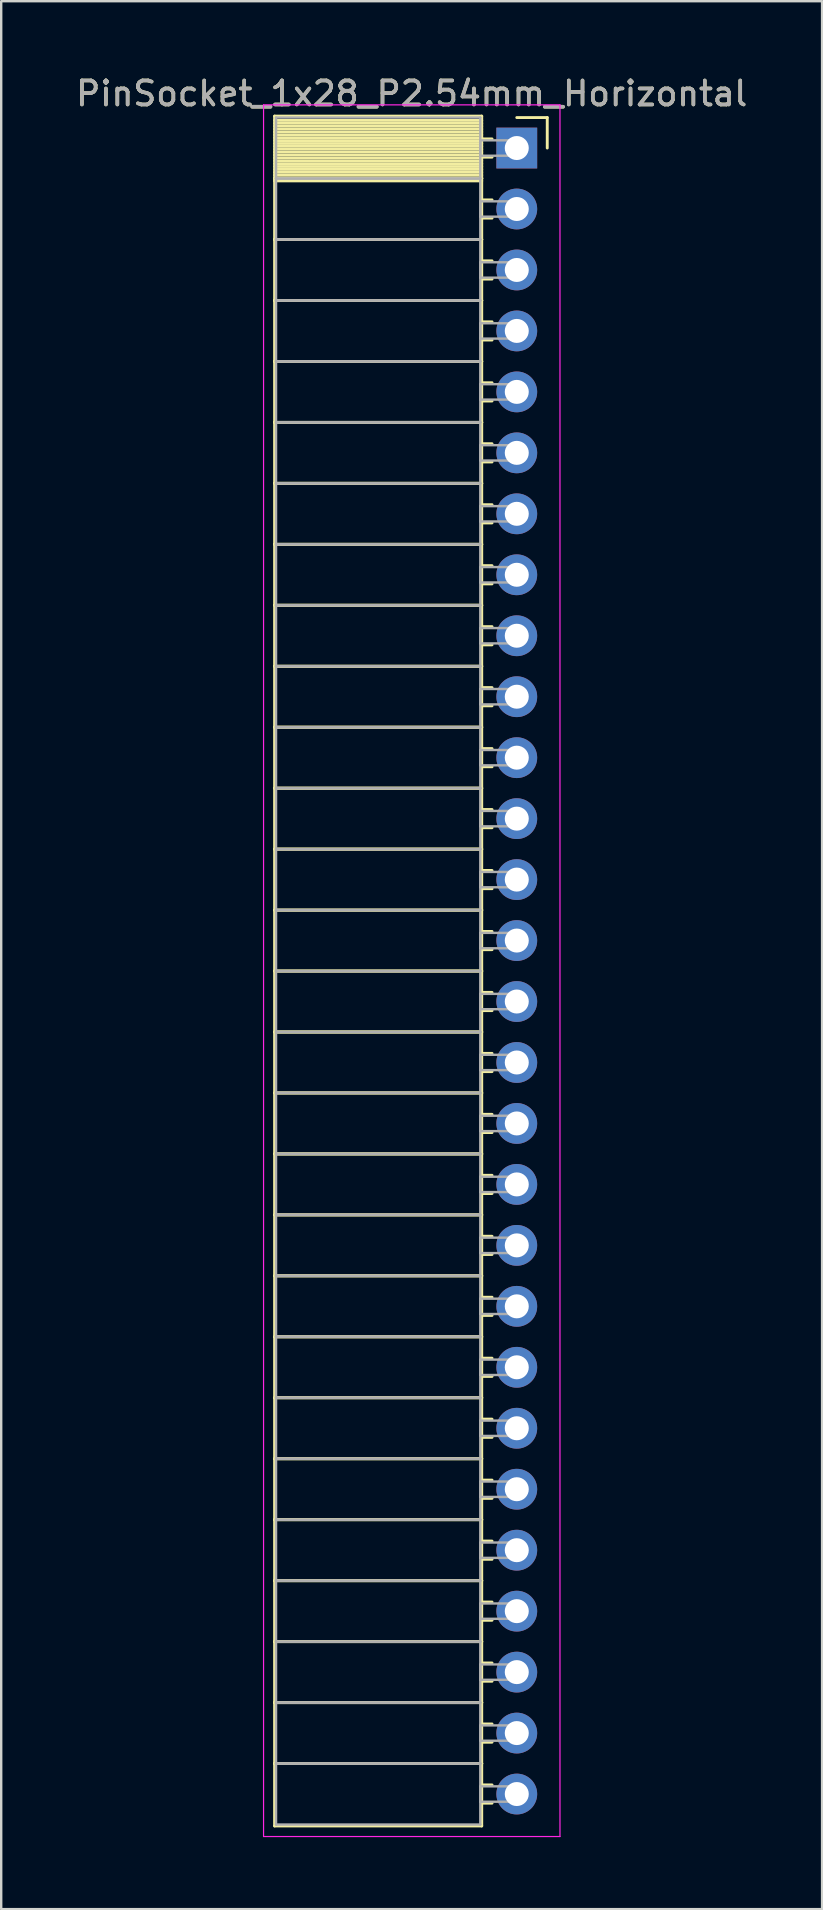
<source format=kicad_pcb>
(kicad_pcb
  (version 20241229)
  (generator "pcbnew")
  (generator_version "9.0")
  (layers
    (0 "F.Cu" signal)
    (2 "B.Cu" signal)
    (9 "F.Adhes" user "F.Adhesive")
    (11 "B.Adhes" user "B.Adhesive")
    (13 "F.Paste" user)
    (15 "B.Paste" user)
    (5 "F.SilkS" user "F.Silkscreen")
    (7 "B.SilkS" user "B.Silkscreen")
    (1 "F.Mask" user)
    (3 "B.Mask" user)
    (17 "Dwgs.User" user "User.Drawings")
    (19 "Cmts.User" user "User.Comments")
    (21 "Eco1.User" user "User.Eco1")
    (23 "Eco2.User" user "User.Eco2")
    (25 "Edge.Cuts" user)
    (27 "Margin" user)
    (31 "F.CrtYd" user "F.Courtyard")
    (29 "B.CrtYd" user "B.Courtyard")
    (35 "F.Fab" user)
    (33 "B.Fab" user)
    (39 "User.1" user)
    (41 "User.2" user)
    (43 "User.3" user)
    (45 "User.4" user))
  (footprint "PinSocket_1x28_P2.54mm_Horizontal"
    (layer "F.Cu")
    (at 18.481 3.118)
    (property "Reference" "PinSocket_1x28_P2.54mm_Horizontal" (at -4.38 -2.27 0) (layer "F.SilkS") (effects (font (size 1 1) (thickness 0.15))))
    (attr through_hole)
    (fp_line (start -10.09 -1.33) (end -1.46 -1.33) (stroke (width 0.12) (type solid)) (layer "F.SilkS"))
    (fp_line (start -10.09 1.27) (end -10.09 -1.33) (stroke (width 0.12) (type solid)) (layer "F.SilkS"))
    (fp_line (start -10.09 1.27) (end -1.46 1.27) (stroke (width 0.12) (type solid)) (layer "F.SilkS"))
    (fp_line (start -10.09 3.81) (end -10.09 1.27) (stroke (width 0.12) (type solid)) (layer "F.SilkS"))
    (fp_line (start -10.09 3.81) (end -1.46 3.81) (stroke (width 0.12) (type solid)) (layer "F.SilkS"))
    (fp_line (start -10.09 6.35) (end -10.09 3.81) (stroke (width 0.12) (type solid)) (layer "F.SilkS"))
    (fp_line (start -10.09 6.35) (end -1.46 6.35) (stroke (width 0.12) (type solid)) (layer "F.SilkS"))
    (fp_line (start -10.09 8.89) (end -10.09 6.35) (stroke (width 0.12) (type solid)) (layer "F.SilkS"))
    (fp_line (start -10.09 8.89) (end -1.46 8.89) (stroke (width 0.12) (type solid)) (layer "F.SilkS"))
    (fp_line (start -10.09 11.43) (end -10.09 8.89) (stroke (width 0.12) (type solid)) (layer "F.SilkS"))
    (fp_line (start -10.09 11.43) (end -1.46 11.43) (stroke (width 0.12) (type solid)) (layer "F.SilkS"))
    (fp_line (start -10.09 13.97) (end -10.09 11.43) (stroke (width 0.12) (type solid)) (layer "F.SilkS"))
    (fp_line (start -10.09 13.97) (end -1.46 13.97) (stroke (width 0.12) (type solid)) (layer "F.SilkS"))
    (fp_line (start -10.09 16.51) (end -10.09 13.97) (stroke (width 0.12) (type solid)) (layer "F.SilkS"))
    (fp_line (start -10.09 16.51) (end -1.46 16.51) (stroke (width 0.12) (type solid)) (layer "F.SilkS"))
    (fp_line (start -10.09 19.05) (end -10.09 16.51) (stroke (width 0.12) (type solid)) (layer "F.SilkS"))
    (fp_line (start -10.09 19.05) (end -1.46 19.05) (stroke (width 0.12) (type solid)) (layer "F.SilkS"))
    (fp_line (start -10.09 21.59) (end -10.09 19.05) (stroke (width 0.12) (type solid)) (layer "F.SilkS"))
    (fp_line (start -10.09 21.59) (end -1.46 21.59) (stroke (width 0.12) (type solid)) (layer "F.SilkS"))
    (fp_line (start -10.09 24.13) (end -10.09 21.59) (stroke (width 0.12) (type solid)) (layer "F.SilkS"))
    (fp_line (start -10.09 24.13) (end -1.46 24.13) (stroke (width 0.12) (type solid)) (layer "F.SilkS"))
    (fp_line (start -10.09 26.67) (end -10.09 24.13) (stroke (width 0.12) (type solid)) (layer "F.SilkS"))
    (fp_line (start -10.09 26.67) (end -1.46 26.67) (stroke (width 0.12) (type solid)) (layer "F.SilkS"))
    (fp_line (start -10.09 29.21) (end -10.09 26.67) (stroke (width 0.12) (type solid)) (layer "F.SilkS"))
    (fp_line (start -10.09 29.21) (end -1.46 29.21) (stroke (width 0.12) (type solid)) (layer "F.SilkS"))
    (fp_line (start -10.09 31.75) (end -10.09 29.21) (stroke (width 0.12) (type solid)) (layer "F.SilkS"))
    (fp_line (start -10.09 31.75) (end -1.46 31.75) (stroke (width 0.12) (type solid)) (layer "F.SilkS"))
    (fp_line (start -10.09 34.29) (end -10.09 31.75) (stroke (width 0.12) (type solid)) (layer "F.SilkS"))
    (fp_line (start -10.09 34.29) (end -1.46 34.29) (stroke (width 0.12) (type solid)) (layer "F.SilkS"))
    (fp_line (start -10.09 36.83) (end -10.09 34.29) (stroke (width 0.12) (type solid)) (layer "F.SilkS"))
    (fp_line (start -10.09 36.83) (end -1.46 36.83) (stroke (width 0.12) (type solid)) (layer "F.SilkS"))
    (fp_line (start -10.09 39.37) (end -10.09 36.83) (stroke (width 0.12) (type solid)) (layer "F.SilkS"))
    (fp_line (start -10.09 39.37) (end -1.46 39.37) (stroke (width 0.12) (type solid)) (layer "F.SilkS"))
    (fp_line (start -10.09 41.91) (end -10.09 39.37) (stroke (width 0.12) (type solid)) (layer "F.SilkS"))
    (fp_line (start -10.09 41.91) (end -1.46 41.91) (stroke (width 0.12) (type solid)) (layer "F.SilkS"))
    (fp_line (start -10.09 44.45) (end -10.09 41.91) (stroke (width 0.12) (type solid)) (layer "F.SilkS"))
    (fp_line (start -10.09 44.45) (end -1.46 44.45) (stroke (width 0.12) (type solid)) (layer "F.SilkS"))
    (fp_line (start -10.09 46.99) (end -10.09 44.45) (stroke (width 0.12) (type solid)) (layer "F.SilkS"))
    (fp_line (start -10.09 46.99) (end -1.46 46.99) (stroke (width 0.12) (type solid)) (layer "F.SilkS"))
    (fp_line (start -10.09 49.53) (end -10.09 46.99) (stroke (width 0.12) (type solid)) (layer "F.SilkS"))
    (fp_line (start -10.09 49.53) (end -1.46 49.53) (stroke (width 0.12) (type solid)) (layer "F.SilkS"))
    (fp_line (start -10.09 52.07) (end -10.09 49.53) (stroke (width 0.12) (type solid)) (layer "F.SilkS"))
    (fp_line (start -10.09 52.07) (end -1.46 52.07) (stroke (width 0.12) (type solid)) (layer "F.SilkS"))
    (fp_line (start -10.09 54.61) (end -10.09 52.07) (stroke (width 0.12) (type solid)) (layer "F.SilkS"))
    (fp_line (start -10.09 54.61) (end -1.46 54.61) (stroke (width 0.12) (type solid)) (layer "F.SilkS"))
    (fp_line (start -10.09 57.15) (end -10.09 54.61) (stroke (width 0.12) (type solid)) (layer "F.SilkS"))
    (fp_line (start -10.09 57.15) (end -1.46 57.15) (stroke (width 0.12) (type solid)) (layer "F.SilkS"))
    (fp_line (start -10.09 59.69) (end -10.09 57.15) (stroke (width 0.12) (type solid)) (layer "F.SilkS"))
    (fp_line (start -10.09 59.69) (end -1.46 59.69) (stroke (width 0.12) (type solid)) (layer "F.SilkS"))
    (fp_line (start -10.09 62.23) (end -10.09 59.69) (stroke (width 0.12) (type solid)) (layer "F.SilkS"))
    (fp_line (start -10.09 62.23) (end -1.46 62.23) (stroke (width 0.12) (type solid)) (layer "F.SilkS"))
    (fp_line (start -10.09 64.77) (end -10.09 62.23) (stroke (width 0.12) (type solid)) (layer "F.SilkS"))
    (fp_line (start -10.09 64.77) (end -1.46 64.77) (stroke (width 0.12) (type solid)) (layer "F.SilkS"))
    (fp_line (start -10.09 67.31) (end -10.09 64.77) (stroke (width 0.12) (type solid)) (layer "F.SilkS"))
    (fp_line (start -10.09 67.31) (end -1.46 67.31) (stroke (width 0.12) (type solid)) (layer "F.SilkS"))
    (fp_line (start -10.09 69.91) (end -10.09 67.31) (stroke (width 0.12) (type solid)) (layer "F.SilkS"))
    (fp_line (start -1.46 -1.33) (end -1.46 1.27) (stroke (width 0.12) (type solid)) (layer "F.SilkS"))
    (fp_line (start -1.46 -1.15) (end -10.09 -1.15) (stroke (width 0.12) (type solid)) (layer "F.SilkS"))
    (fp_line (start -1.46 -1.03) (end -10.09 -1.03) (stroke (width 0.12) (type solid)) (layer "F.SilkS"))
    (fp_line (start -1.46 -0.91) (end -10.09 -0.91) (stroke (width 0.12) (type solid)) (layer "F.SilkS"))
    (fp_line (start -1.46 -0.79) (end -10.09 -0.79) (stroke (width 0.12) (type solid)) (layer "F.SilkS"))
    (fp_line (start -1.46 -0.67) (end -10.09 -0.67) (stroke (width 0.12) (type solid)) (layer "F.SilkS"))
    (fp_line (start -1.46 -0.55) (end -10.09 -0.55) (stroke (width 0.12) (type solid)) (layer "F.SilkS"))
    (fp_line (start -1.46 -0.43) (end -10.09 -0.43) (stroke (width 0.12) (type solid)) (layer "F.SilkS"))
    (fp_line (start -1.46 -0.31) (end -10.09 -0.31) (stroke (width 0.12) (type solid)) (layer "F.SilkS"))
    (fp_line (start -1.46 -0.19) (end -10.09 -0.19) (stroke (width 0.12) (type solid)) (layer "F.SilkS"))
    (fp_line (start -1.46 -0.07) (end -10.09 -0.07) (stroke (width 0.12) (type solid)) (layer "F.SilkS"))
    (fp_line (start -1.46 0.05) (end -10.09 0.05) (stroke (width 0.12) (type solid)) (layer "F.SilkS"))
    (fp_line (start -1.46 0.17) (end -10.09 0.17) (stroke (width 0.12) (type solid)) (layer "F.SilkS"))
    (fp_line (start -1.46 0.29) (end -10.09 0.29) (stroke (width 0.12) (type solid)) (layer "F.SilkS"))
    (fp_line (start -1.46 0.41) (end -10.09 0.41) (stroke (width 0.12) (type solid)) (layer "F.SilkS"))
    (fp_line (start -1.46 0.53) (end -10.09 0.53) (stroke (width 0.12) (type solid)) (layer "F.SilkS"))
    (fp_line (start -1.46 0.65) (end -10.09 0.65) (stroke (width 0.12) (type solid)) (layer "F.SilkS"))
    (fp_line (start -1.46 0.77) (end -10.09 0.77) (stroke (width 0.12) (type solid)) (layer "F.SilkS"))
    (fp_line (start -1.46 0.89) (end -10.09 0.89) (stroke (width 0.12) (type solid)) (layer "F.SilkS"))
    (fp_line (start -1.46 1.01) (end -10.09 1.01) (stroke (width 0.12) (type solid)) (layer "F.SilkS"))
    (fp_line (start -1.46 1.13) (end -10.09 1.13) (stroke (width 0.12) (type solid)) (layer "F.SilkS"))
    (fp_line (start -1.46 1.25) (end -10.09 1.25) (stroke (width 0.12) (type solid)) (layer "F.SilkS"))
    (fp_line (start -1.46 1.27) (end -10.09 1.27) (stroke (width 0.12) (type solid)) (layer "F.SilkS"))
    (fp_line (start -1.46 1.27) (end -1.46 3.81) (stroke (width 0.12) (type solid)) (layer "F.SilkS"))
    (fp_line (start -1.46 1.37) (end -10.09 1.37) (stroke (width 0.12) (type solid)) (layer "F.SilkS"))
    (fp_line (start -1.46 3.81) (end -10.09 3.81) (stroke (width 0.12) (type solid)) (layer "F.SilkS"))
    (fp_line (start -1.46 3.81) (end -1.46 6.35) (stroke (width 0.12) (type solid)) (layer "F.SilkS"))
    (fp_line (start -1.46 6.35) (end -10.09 6.35) (stroke (width 0.12) (type solid)) (layer "F.SilkS"))
    (fp_line (start -1.46 6.35) (end -1.46 8.89) (stroke (width 0.12) (type solid)) (layer "F.SilkS"))
    (fp_line (start -1.46 8.89) (end -10.09 8.89) (stroke (width 0.12) (type solid)) (layer "F.SilkS"))
    (fp_line (start -1.46 8.89) (end -1.46 11.43) (stroke (width 0.12) (type solid)) (layer "F.SilkS"))
    (fp_line (start -1.46 11.43) (end -10.09 11.43) (stroke (width 0.12) (type solid)) (layer "F.SilkS"))
    (fp_line (start -1.46 11.43) (end -1.46 13.97) (stroke (width 0.12) (type solid)) (layer "F.SilkS"))
    (fp_line (start -1.46 13.97) (end -10.09 13.97) (stroke (width 0.12) (type solid)) (layer "F.SilkS"))
    (fp_line (start -1.46 13.97) (end -1.46 16.51) (stroke (width 0.12) (type solid)) (layer "F.SilkS"))
    (fp_line (start -1.46 16.51) (end -10.09 16.51) (stroke (width 0.12) (type solid)) (layer "F.SilkS"))
    (fp_line (start -1.46 16.51) (end -1.46 19.05) (stroke (width 0.12) (type solid)) (layer "F.SilkS"))
    (fp_line (start -1.46 19.05) (end -10.09 19.05) (stroke (width 0.12) (type solid)) (layer "F.SilkS"))
    (fp_line (start -1.46 19.05) (end -1.46 21.59) (stroke (width 0.12) (type solid)) (layer "F.SilkS"))
    (fp_line (start -1.46 21.59) (end -10.09 21.59) (stroke (width 0.12) (type solid)) (layer "F.SilkS"))
    (fp_line (start -1.46 21.59) (end -1.46 24.13) (stroke (width 0.12) (type solid)) (layer "F.SilkS"))
    (fp_line (start -1.46 24.13) (end -10.09 24.13) (stroke (width 0.12) (type solid)) (layer "F.SilkS"))
    (fp_line (start -1.46 24.13) (end -1.46 26.67) (stroke (width 0.12) (type solid)) (layer "F.SilkS"))
    (fp_line (start -1.46 26.67) (end -10.09 26.67) (stroke (width 0.12) (type solid)) (layer "F.SilkS"))
    (fp_line (start -1.46 26.67) (end -1.46 29.21) (stroke (width 0.12) (type solid)) (layer "F.SilkS"))
    (fp_line (start -1.46 29.21) (end -10.09 29.21) (stroke (width 0.12) (type solid)) (layer "F.SilkS"))
    (fp_line (start -1.46 29.21) (end -1.46 31.75) (stroke (width 0.12) (type solid)) (layer "F.SilkS"))
    (fp_line (start -1.46 31.75) (end -10.09 31.75) (stroke (width 0.12) (type solid)) (layer "F.SilkS"))
    (fp_line (start -1.46 31.75) (end -1.46 34.29) (stroke (width 0.12) (type solid)) (layer "F.SilkS"))
    (fp_line (start -1.46 34.29) (end -10.09 34.29) (stroke (width 0.12) (type solid)) (layer "F.SilkS"))
    (fp_line (start -1.46 34.29) (end -1.46 36.83) (stroke (width 0.12) (type solid)) (layer "F.SilkS"))
    (fp_line (start -1.46 36.83) (end -10.09 36.83) (stroke (width 0.12) (type solid)) (layer "F.SilkS"))
    (fp_line (start -1.46 36.83) (end -1.46 39.37) (stroke (width 0.12) (type solid)) (layer "F.SilkS"))
    (fp_line (start -1.46 39.37) (end -10.09 39.37) (stroke (width 0.12) (type solid)) (layer "F.SilkS"))
    (fp_line (start -1.46 39.37) (end -1.46 41.91) (stroke (width 0.12) (type solid)) (layer "F.SilkS"))
    (fp_line (start -1.46 41.91) (end -10.09 41.91) (stroke (width 0.12) (type solid)) (layer "F.SilkS"))
    (fp_line (start -1.46 41.91) (end -1.46 44.45) (stroke (width 0.12) (type solid)) (layer "F.SilkS"))
    (fp_line (start -1.46 44.45) (end -10.09 44.45) (stroke (width 0.12) (type solid)) (layer "F.SilkS"))
    (fp_line (start -1.46 44.45) (end -1.46 46.99) (stroke (width 0.12) (type solid)) (layer "F.SilkS"))
    (fp_line (start -1.46 46.99) (end -10.09 46.99) (stroke (width 0.12) (type solid)) (layer "F.SilkS"))
    (fp_line (start -1.46 46.99) (end -1.46 49.53) (stroke (width 0.12) (type solid)) (layer "F.SilkS"))
    (fp_line (start -1.46 49.53) (end -10.09 49.53) (stroke (width 0.12) (type solid)) (layer "F.SilkS"))
    (fp_line (start -1.46 49.53) (end -1.46 52.07) (stroke (width 0.12) (type solid)) (layer "F.SilkS"))
    (fp_line (start -1.46 52.07) (end -10.09 52.07) (stroke (width 0.12) (type solid)) (layer "F.SilkS"))
    (fp_line (start -1.46 52.07) (end -1.46 54.61) (stroke (width 0.12) (type solid)) (layer "F.SilkS"))
    (fp_line (start -1.46 54.61) (end -10.09 54.61) (stroke (width 0.12) (type solid)) (layer "F.SilkS"))
    (fp_line (start -1.46 54.61) (end -1.46 57.15) (stroke (width 0.12) (type solid)) (layer "F.SilkS"))
    (fp_line (start -1.46 57.15) (end -10.09 57.15) (stroke (width 0.12) (type solid)) (layer "F.SilkS"))
    (fp_line (start -1.46 57.15) (end -1.46 59.69) (stroke (width 0.12) (type solid)) (layer "F.SilkS"))
    (fp_line (start -1.46 59.69) (end -10.09 59.69) (stroke (width 0.12) (type solid)) (layer "F.SilkS"))
    (fp_line (start -1.46 59.69) (end -1.46 62.23) (stroke (width 0.12) (type solid)) (layer "F.SilkS"))
    (fp_line (start -1.46 62.23) (end -10.09 62.23) (stroke (width 0.12) (type solid)) (layer "F.SilkS"))
    (fp_line (start -1.46 62.23) (end -1.46 64.77) (stroke (width 0.12) (type solid)) (layer "F.SilkS"))
    (fp_line (start -1.46 64.77) (end -10.09 64.77) (stroke (width 0.12) (type solid)) (layer "F.SilkS"))
    (fp_line (start -1.46 64.77) (end -1.46 67.31) (stroke (width 0.12) (type solid)) (layer "F.SilkS"))
    (fp_line (start -1.46 67.31) (end -10.09 67.31) (stroke (width 0.12) (type solid)) (layer "F.SilkS"))
    (fp_line (start -1.46 67.31) (end -1.46 69.91) (stroke (width 0.12) (type solid)) (layer "F.SilkS"))
    (fp_line (start -1.46 69.91) (end -10.09 69.91) (stroke (width 0.12) (type solid)) (layer "F.SilkS"))
    (fp_line (start -1.03 -0.38) (end -1.46 -0.38) (stroke (width 0.12) (type solid)) (layer "F.SilkS"))
    (fp_line (start -1.03 0.38) (end -1.46 0.38) (stroke (width 0.12) (type solid)) (layer "F.SilkS"))
    (fp_line (start -1.03 2.16) (end -1.46 2.16) (stroke (width 0.12) (type solid)) (layer "F.SilkS"))
    (fp_line (start -1.03 2.92) (end -1.46 2.92) (stroke (width 0.12) (type solid)) (layer "F.SilkS"))
    (fp_line (start -1.03 4.7) (end -1.46 4.7) (stroke (width 0.12) (type solid)) (layer "F.SilkS"))
    (fp_line (start -1.03 5.46) (end -1.46 5.46) (stroke (width 0.12) (type solid)) (layer "F.SilkS"))
    (fp_line (start -1.03 7.24) (end -1.46 7.24) (stroke (width 0.12) (type solid)) (layer "F.SilkS"))
    (fp_line (start -1.03 8) (end -1.46 8) (stroke (width 0.12) (type solid)) (layer "F.SilkS"))
    (fp_line (start -1.03 9.78) (end -1.46 9.78) (stroke (width 0.12) (type solid)) (layer "F.SilkS"))
    (fp_line (start -1.03 10.54) (end -1.46 10.54) (stroke (width 0.12) (type solid)) (layer "F.SilkS"))
    (fp_line (start -1.03 12.32) (end -1.46 12.32) (stroke (width 0.12) (type solid)) (layer "F.SilkS"))
    (fp_line (start -1.03 13.08) (end -1.46 13.08) (stroke (width 0.12) (type solid)) (layer "F.SilkS"))
    (fp_line (start -1.03 14.86) (end -1.46 14.86) (stroke (width 0.12) (type solid)) (layer "F.SilkS"))
    (fp_line (start -1.03 15.62) (end -1.46 15.62) (stroke (width 0.12) (type solid)) (layer "F.SilkS"))
    (fp_line (start -1.03 17.4) (end -1.46 17.4) (stroke (width 0.12) (type solid)) (layer "F.SilkS"))
    (fp_line (start -1.03 18.16) (end -1.46 18.16) (stroke (width 0.12) (type solid)) (layer "F.SilkS"))
    (fp_line (start -1.03 19.94) (end -1.46 19.94) (stroke (width 0.12) (type solid)) (layer "F.SilkS"))
    (fp_line (start -1.03 20.7) (end -1.46 20.7) (stroke (width 0.12) (type solid)) (layer "F.SilkS"))
    (fp_line (start -1.03 22.48) (end -1.46 22.48) (stroke (width 0.12) (type solid)) (layer "F.SilkS"))
    (fp_line (start -1.03 23.24) (end -1.46 23.24) (stroke (width 0.12) (type solid)) (layer "F.SilkS"))
    (fp_line (start -1.03 25.02) (end -1.46 25.02) (stroke (width 0.12) (type solid)) (layer "F.SilkS"))
    (fp_line (start -1.03 25.78) (end -1.46 25.78) (stroke (width 0.12) (type solid)) (layer "F.SilkS"))
    (fp_line (start -1.03 27.56) (end -1.46 27.56) (stroke (width 0.12) (type solid)) (layer "F.SilkS"))
    (fp_line (start -1.03 28.32) (end -1.46 28.32) (stroke (width 0.12) (type solid)) (layer "F.SilkS"))
    (fp_line (start -1.03 30.1) (end -1.46 30.1) (stroke (width 0.12) (type solid)) (layer "F.SilkS"))
    (fp_line (start -1.03 30.86) (end -1.46 30.86) (stroke (width 0.12) (type solid)) (layer "F.SilkS"))
    (fp_line (start -1.03 32.64) (end -1.46 32.64) (stroke (width 0.12) (type solid)) (layer "F.SilkS"))
    (fp_line (start -1.03 33.4) (end -1.46 33.4) (stroke (width 0.12) (type solid)) (layer "F.SilkS"))
    (fp_line (start -1.03 35.18) (end -1.46 35.18) (stroke (width 0.12) (type solid)) (layer "F.SilkS"))
    (fp_line (start -1.03 35.94) (end -1.46 35.94) (stroke (width 0.12) (type solid)) (layer "F.SilkS"))
    (fp_line (start -1.03 37.72) (end -1.46 37.72) (stroke (width 0.12) (type solid)) (layer "F.SilkS"))
    (fp_line (start -1.03 38.48) (end -1.46 38.48) (stroke (width 0.12) (type solid)) (layer "F.SilkS"))
    (fp_line (start -1.03 40.26) (end -1.46 40.26) (stroke (width 0.12) (type solid)) (layer "F.SilkS"))
    (fp_line (start -1.03 41.02) (end -1.46 41.02) (stroke (width 0.12) (type solid)) (layer "F.SilkS"))
    (fp_line (start -1.03 42.8) (end -1.46 42.8) (stroke (width 0.12) (type solid)) (layer "F.SilkS"))
    (fp_line (start -1.03 43.56) (end -1.46 43.56) (stroke (width 0.12) (type solid)) (layer "F.SilkS"))
    (fp_line (start -1.03 45.34) (end -1.46 45.34) (stroke (width 0.12) (type solid)) (layer "F.SilkS"))
    (fp_line (start -1.03 46.1) (end -1.46 46.1) (stroke (width 0.12) (type solid)) (layer "F.SilkS"))
    (fp_line (start -1.03 47.88) (end -1.46 47.88) (stroke (width 0.12) (type solid)) (layer "F.SilkS"))
    (fp_line (start -1.03 48.64) (end -1.46 48.64) (stroke (width 0.12) (type solid)) (layer "F.SilkS"))
    (fp_line (start -1.03 50.42) (end -1.46 50.42) (stroke (width 0.12) (type solid)) (layer "F.SilkS"))
    (fp_line (start -1.03 51.18) (end -1.46 51.18) (stroke (width 0.12) (type solid)) (layer "F.SilkS"))
    (fp_line (start -1.03 52.96) (end -1.46 52.96) (stroke (width 0.12) (type solid)) (layer "F.SilkS"))
    (fp_line (start -1.03 53.72) (end -1.46 53.72) (stroke (width 0.12) (type solid)) (layer "F.SilkS"))
    (fp_line (start -1.03 55.5) (end -1.46 55.5) (stroke (width 0.12) (type solid)) (layer "F.SilkS"))
    (fp_line (start -1.03 56.26) (end -1.46 56.26) (stroke (width 0.12) (type solid)) (layer "F.SilkS"))
    (fp_line (start -1.03 58.04) (end -1.46 58.04) (stroke (width 0.12) (type solid)) (layer "F.SilkS"))
    (fp_line (start -1.03 58.8) (end -1.46 58.8) (stroke (width 0.12) (type solid)) (layer "F.SilkS"))
    (fp_line (start -1.03 60.58) (end -1.46 60.58) (stroke (width 0.12) (type solid)) (layer "F.SilkS"))
    (fp_line (start -1.03 61.34) (end -1.46 61.34) (stroke (width 0.12) (type solid)) (layer "F.SilkS"))
    (fp_line (start -1.03 63.12) (end -1.46 63.12) (stroke (width 0.12) (type solid)) (layer "F.SilkS"))
    (fp_line (start -1.03 63.88) (end -1.46 63.88) (stroke (width 0.12) (type solid)) (layer "F.SilkS"))
    (fp_line (start -1.03 65.66) (end -1.46 65.66) (stroke (width 0.12) (type solid)) (layer "F.SilkS"))
    (fp_line (start -1.03 66.42) (end -1.46 66.42) (stroke (width 0.12) (type solid)) (layer "F.SilkS"))
    (fp_line (start -1.03 68.2) (end -1.46 68.2) (stroke (width 0.12) (type solid)) (layer "F.SilkS"))
    (fp_line (start -1.03 68.96) (end -1.46 68.96) (stroke (width 0.12) (type solid)) (layer "F.SilkS"))
    (fp_line (start 0 -1.27) (end 1.27 -1.27) (stroke (width 0.12) (type solid)) (layer "F.SilkS"))
    (fp_line (start 1.27 -1.27) (end 1.27 0) (stroke (width 0.12) (type solid)) (layer "F.SilkS"))
    (fp_line (start -10.55 -1.8) (end 1.8 -1.8) (stroke (width 0.05) (type solid)) (layer "F.CrtYd"))
    (fp_line (start -10.55 70.35) (end -10.55 -1.8) (stroke (width 0.05) (type solid)) (layer "F.CrtYd"))
    (fp_line (start 1.8 -1.8) (end 1.8 70.35) (stroke (width 0.05) (type solid)) (layer "F.CrtYd"))
    (fp_line (start 1.8 70.35) (end -10.55 70.35) (stroke (width 0.05) (type solid)) (layer "F.CrtYd"))
    (fp_line (start -10.03 -1.27) (end -1.52 -1.27) (stroke (width 0.1) (type solid)) (layer "F.Fab"))
    (fp_line (start -10.03 1.27) (end -10.03 -1.27) (stroke (width 0.1) (type solid)) (layer "F.Fab"))
    (fp_line (start -10.03 1.27) (end -1.52 1.27) (stroke (width 0.1) (type solid)) (layer "F.Fab"))
    (fp_line (start -10.03 3.81) (end -10.03 1.27) (stroke (width 0.1) (type solid)) (layer "F.Fab"))
    (fp_line (start -10.03 3.81) (end -1.52 3.81) (stroke (width 0.1) (type solid)) (layer "F.Fab"))
    (fp_line (start -10.03 6.35) (end -10.03 3.81) (stroke (width 0.1) (type solid)) (layer "F.Fab"))
    (fp_line (start -10.03 6.35) (end -1.52 6.35) (stroke (width 0.1) (type solid)) (layer "F.Fab"))
    (fp_line (start -10.03 8.89) (end -10.03 6.35) (stroke (width 0.1) (type solid)) (layer "F.Fab"))
    (fp_line (start -10.03 8.89) (end -1.52 8.89) (stroke (width 0.1) (type solid)) (layer "F.Fab"))
    (fp_line (start -10.03 11.43) (end -10.03 8.89) (stroke (width 0.1) (type solid)) (layer "F.Fab"))
    (fp_line (start -10.03 11.43) (end -1.52 11.43) (stroke (width 0.1) (type solid)) (layer "F.Fab"))
    (fp_line (start -10.03 13.97) (end -10.03 11.43) (stroke (width 0.1) (type solid)) (layer "F.Fab"))
    (fp_line (start -10.03 13.97) (end -1.52 13.97) (stroke (width 0.1) (type solid)) (layer "F.Fab"))
    (fp_line (start -10.03 16.51) (end -10.03 13.97) (stroke (width 0.1) (type solid)) (layer "F.Fab"))
    (fp_line (start -10.03 16.51) (end -1.52 16.51) (stroke (width 0.1) (type solid)) (layer "F.Fab"))
    (fp_line (start -10.03 19.05) (end -10.03 16.51) (stroke (width 0.1) (type solid)) (layer "F.Fab"))
    (fp_line (start -10.03 19.05) (end -1.52 19.05) (stroke (width 0.1) (type solid)) (layer "F.Fab"))
    (fp_line (start -10.03 21.59) (end -10.03 19.05) (stroke (width 0.1) (type solid)) (layer "F.Fab"))
    (fp_line (start -10.03 21.59) (end -1.52 21.59) (stroke (width 0.1) (type solid)) (layer "F.Fab"))
    (fp_line (start -10.03 24.13) (end -10.03 21.59) (stroke (width 0.1) (type solid)) (layer "F.Fab"))
    (fp_line (start -10.03 24.13) (end -1.52 24.13) (stroke (width 0.1) (type solid)) (layer "F.Fab"))
    (fp_line (start -10.03 26.67) (end -10.03 24.13) (stroke (width 0.1) (type solid)) (layer "F.Fab"))
    (fp_line (start -10.03 26.67) (end -1.52 26.67) (stroke (width 0.1) (type solid)) (layer "F.Fab"))
    (fp_line (start -10.03 29.21) (end -10.03 26.67) (stroke (width 0.1) (type solid)) (layer "F.Fab"))
    (fp_line (start -10.03 29.21) (end -1.52 29.21) (stroke (width 0.1) (type solid)) (layer "F.Fab"))
    (fp_line (start -10.03 31.75) (end -10.03 29.21) (stroke (width 0.1) (type solid)) (layer "F.Fab"))
    (fp_line (start -10.03 31.75) (end -1.52 31.75) (stroke (width 0.1) (type solid)) (layer "F.Fab"))
    (fp_line (start -10.03 34.29) (end -10.03 31.75) (stroke (width 0.1) (type solid)) (layer "F.Fab"))
    (fp_line (start -10.03 34.29) (end -1.52 34.29) (stroke (width 0.1) (type solid)) (layer "F.Fab"))
    (fp_line (start -10.03 36.83) (end -10.03 34.29) (stroke (width 0.1) (type solid)) (layer "F.Fab"))
    (fp_line (start -10.03 36.83) (end -1.52 36.83) (stroke (width 0.1) (type solid)) (layer "F.Fab"))
    (fp_line (start -10.03 39.37) (end -10.03 36.83) (stroke (width 0.1) (type solid)) (layer "F.Fab"))
    (fp_line (start -10.03 39.37) (end -1.52 39.37) (stroke (width 0.1) (type solid)) (layer "F.Fab"))
    (fp_line (start -10.03 41.91) (end -10.03 39.37) (stroke (width 0.1) (type solid)) (layer "F.Fab"))
    (fp_line (start -10.03 41.91) (end -1.52 41.91) (stroke (width 0.1) (type solid)) (layer "F.Fab"))
    (fp_line (start -10.03 44.45) (end -10.03 41.91) (stroke (width 0.1) (type solid)) (layer "F.Fab"))
    (fp_line (start -10.03 44.45) (end -1.52 44.45) (stroke (width 0.1) (type solid)) (layer "F.Fab"))
    (fp_line (start -10.03 46.99) (end -10.03 44.45) (stroke (width 0.1) (type solid)) (layer "F.Fab"))
    (fp_line (start -10.03 46.99) (end -1.52 46.99) (stroke (width 0.1) (type solid)) (layer "F.Fab"))
    (fp_line (start -10.03 49.53) (end -10.03 46.99) (stroke (width 0.1) (type solid)) (layer "F.Fab"))
    (fp_line (start -10.03 49.53) (end -1.52 49.53) (stroke (width 0.1) (type solid)) (layer "F.Fab"))
    (fp_line (start -10.03 52.07) (end -10.03 49.53) (stroke (width 0.1) (type solid)) (layer "F.Fab"))
    (fp_line (start -10.03 52.07) (end -1.52 52.07) (stroke (width 0.1) (type solid)) (layer "F.Fab"))
    (fp_line (start -10.03 54.61) (end -10.03 52.07) (stroke (width 0.1) (type solid)) (layer "F.Fab"))
    (fp_line (start -10.03 54.61) (end -1.52 54.61) (stroke (width 0.1) (type solid)) (layer "F.Fab"))
    (fp_line (start -10.03 57.15) (end -10.03 54.61) (stroke (width 0.1) (type solid)) (layer "F.Fab"))
    (fp_line (start -10.03 57.15) (end -1.52 57.15) (stroke (width 0.1) (type solid)) (layer "F.Fab"))
    (fp_line (start -10.03 59.69) (end -10.03 57.15) (stroke (width 0.1) (type solid)) (layer "F.Fab"))
    (fp_line (start -10.03 59.69) (end -1.52 59.69) (stroke (width 0.1) (type solid)) (layer "F.Fab"))
    (fp_line (start -10.03 62.23) (end -10.03 59.69) (stroke (width 0.1) (type solid)) (layer "F.Fab"))
    (fp_line (start -10.03 62.23) (end -1.52 62.23) (stroke (width 0.1) (type solid)) (layer "F.Fab"))
    (fp_line (start -10.03 64.77) (end -10.03 62.23) (stroke (width 0.1) (type solid)) (layer "F.Fab"))
    (fp_line (start -10.03 64.77) (end -1.52 64.77) (stroke (width 0.1) (type solid)) (layer "F.Fab"))
    (fp_line (start -10.03 67.31) (end -10.03 64.77) (stroke (width 0.1) (type solid)) (layer "F.Fab"))
    (fp_line (start -10.03 67.31) (end -1.52 67.31) (stroke (width 0.1) (type solid)) (layer "F.Fab"))
    (fp_line (start -10.03 69.85) (end -10.03 67.31) (stroke (width 0.1) (type solid)) (layer "F.Fab"))
    (fp_line (start -1.52 -1.27) (end -1.52 1.27) (stroke (width 0.1) (type solid)) (layer "F.Fab"))
    (fp_line (start -1.52 -0.32) (end 0 -0.32) (stroke (width 0.1) (type solid)) (layer "F.Fab"))
    (fp_line (start -1.52 0.32) (end -1.52 -0.32) (stroke (width 0.1) (type solid)) (layer "F.Fab"))
    (fp_line (start -1.52 1.27) (end -10.03 1.27) (stroke (width 0.1) (type solid)) (layer "F.Fab"))
    (fp_line (start -1.52 1.27) (end -1.52 3.81) (stroke (width 0.1) (type solid)) (layer "F.Fab"))
    (fp_line (start -1.52 2.22) (end 0 2.22) (stroke (width 0.1) (type solid)) (layer "F.Fab"))
    (fp_line (start -1.52 2.86) (end -1.52 2.22) (stroke (width 0.1) (type solid)) (layer "F.Fab"))
    (fp_line (start -1.52 3.81) (end -10.03 3.81) (stroke (width 0.1) (type solid)) (layer "F.Fab"))
    (fp_line (start -1.52 3.81) (end -1.52 6.35) (stroke (width 0.1) (type solid)) (layer "F.Fab"))
    (fp_line (start -1.52 4.76) (end 0 4.76) (stroke (width 0.1) (type solid)) (layer "F.Fab"))
    (fp_line (start -1.52 5.4) (end -1.52 4.76) (stroke (width 0.1) (type solid)) (layer "F.Fab"))
    (fp_line (start -1.52 6.35) (end -10.03 6.35) (stroke (width 0.1) (type solid)) (layer "F.Fab"))
    (fp_line (start -1.52 6.35) (end -1.52 8.89) (stroke (width 0.1) (type solid)) (layer "F.Fab"))
    (fp_line (start -1.52 7.3) (end 0 7.3) (stroke (width 0.1) (type solid)) (layer "F.Fab"))
    (fp_line (start -1.52 7.94) (end -1.52 7.3) (stroke (width 0.1) (type solid)) (layer "F.Fab"))
    (fp_line (start -1.52 8.89) (end -10.03 8.89) (stroke (width 0.1) (type solid)) (layer "F.Fab"))
    (fp_line (start -1.52 8.89) (end -1.52 11.43) (stroke (width 0.1) (type solid)) (layer "F.Fab"))
    (fp_line (start -1.52 9.84) (end 0 9.84) (stroke (width 0.1) (type solid)) (layer "F.Fab"))
    (fp_line (start -1.52 10.48) (end -1.52 9.84) (stroke (width 0.1) (type solid)) (layer "F.Fab"))
    (fp_line (start -1.52 11.43) (end -10.03 11.43) (stroke (width 0.1) (type solid)) (layer "F.Fab"))
    (fp_line (start -1.52 11.43) (end -1.52 13.97) (stroke (width 0.1) (type solid)) (layer "F.Fab"))
    (fp_line (start -1.52 12.38) (end 0 12.38) (stroke (width 0.1) (type solid)) (layer "F.Fab"))
    (fp_line (start -1.52 13.02) (end -1.52 12.38) (stroke (width 0.1) (type solid)) (layer "F.Fab"))
    (fp_line (start -1.52 13.97) (end -10.03 13.97) (stroke (width 0.1) (type solid)) (layer "F.Fab"))
    (fp_line (start -1.52 13.97) (end -1.52 16.51) (stroke (width 0.1) (type solid)) (layer "F.Fab"))
    (fp_line (start -1.52 14.92) (end 0 14.92) (stroke (width 0.1) (type solid)) (layer "F.Fab"))
    (fp_line (start -1.52 15.56) (end -1.52 14.92) (stroke (width 0.1) (type solid)) (layer "F.Fab"))
    (fp_line (start -1.52 16.51) (end -10.03 16.51) (stroke (width 0.1) (type solid)) (layer "F.Fab"))
    (fp_line (start -1.52 16.51) (end -1.52 19.05) (stroke (width 0.1) (type solid)) (layer "F.Fab"))
    (fp_line (start -1.52 17.46) (end 0 17.46) (stroke (width 0.1) (type solid)) (layer "F.Fab"))
    (fp_line (start -1.52 18.1) (end -1.52 17.46) (stroke (width 0.1) (type solid)) (layer "F.Fab"))
    (fp_line (start -1.52 19.05) (end -10.03 19.05) (stroke (width 0.1) (type solid)) (layer "F.Fab"))
    (fp_line (start -1.52 19.05) (end -1.52 21.59) (stroke (width 0.1) (type solid)) (layer "F.Fab"))
    (fp_line (start -1.52 20) (end 0 20) (stroke (width 0.1) (type solid)) (layer "F.Fab"))
    (fp_line (start -1.52 20.64) (end -1.52 20) (stroke (width 0.1) (type solid)) (layer "F.Fab"))
    (fp_line (start -1.52 21.59) (end -10.03 21.59) (stroke (width 0.1) (type solid)) (layer "F.Fab"))
    (fp_line (start -1.52 21.59) (end -1.52 24.13) (stroke (width 0.1) (type solid)) (layer "F.Fab"))
    (fp_line (start -1.52 22.54) (end 0 22.54) (stroke (width 0.1) (type solid)) (layer "F.Fab"))
    (fp_line (start -1.52 23.18) (end -1.52 22.54) (stroke (width 0.1) (type solid)) (layer "F.Fab"))
    (fp_line (start -1.52 24.13) (end -10.03 24.13) (stroke (width 0.1) (type solid)) (layer "F.Fab"))
    (fp_line (start -1.52 24.13) (end -1.52 26.67) (stroke (width 0.1) (type solid)) (layer "F.Fab"))
    (fp_line (start -1.52 25.08) (end 0 25.08) (stroke (width 0.1) (type solid)) (layer "F.Fab"))
    (fp_line (start -1.52 25.72) (end -1.52 25.08) (stroke (width 0.1) (type solid)) (layer "F.Fab"))
    (fp_line (start -1.52 26.67) (end -10.03 26.67) (stroke (width 0.1) (type solid)) (layer "F.Fab"))
    (fp_line (start -1.52 26.67) (end -1.52 29.21) (stroke (width 0.1) (type solid)) (layer "F.Fab"))
    (fp_line (start -1.52 27.62) (end 0 27.62) (stroke (width 0.1) (type solid)) (layer "F.Fab"))
    (fp_line (start -1.52 28.26) (end -1.52 27.62) (stroke (width 0.1) (type solid)) (layer "F.Fab"))
    (fp_line (start -1.52 29.21) (end -10.03 29.21) (stroke (width 0.1) (type solid)) (layer "F.Fab"))
    (fp_line (start -1.52 29.21) (end -1.52 31.75) (stroke (width 0.1) (type solid)) (layer "F.Fab"))
    (fp_line (start -1.52 30.16) (end 0 30.16) (stroke (width 0.1) (type solid)) (layer "F.Fab"))
    (fp_line (start -1.52 30.8) (end -1.52 30.16) (stroke (width 0.1) (type solid)) (layer "F.Fab"))
    (fp_line (start -1.52 31.75) (end -10.03 31.75) (stroke (width 0.1) (type solid)) (layer "F.Fab"))
    (fp_line (start -1.52 31.75) (end -1.52 34.29) (stroke (width 0.1) (type solid)) (layer "F.Fab"))
    (fp_line (start -1.52 32.7) (end 0 32.7) (stroke (width 0.1) (type solid)) (layer "F.Fab"))
    (fp_line (start -1.52 33.34) (end -1.52 32.7) (stroke (width 0.1) (type solid)) (layer "F.Fab"))
    (fp_line (start -1.52 34.29) (end -10.03 34.29) (stroke (width 0.1) (type solid)) (layer "F.Fab"))
    (fp_line (start -1.52 34.29) (end -1.52 36.83) (stroke (width 0.1) (type solid)) (layer "F.Fab"))
    (fp_line (start -1.52 35.24) (end 0 35.24) (stroke (width 0.1) (type solid)) (layer "F.Fab"))
    (fp_line (start -1.52 35.88) (end -1.52 35.24) (stroke (width 0.1) (type solid)) (layer "F.Fab"))
    (fp_line (start -1.52 36.83) (end -10.03 36.83) (stroke (width 0.1) (type solid)) (layer "F.Fab"))
    (fp_line (start -1.52 36.83) (end -1.52 39.37) (stroke (width 0.1) (type solid)) (layer "F.Fab"))
    (fp_line (start -1.52 37.78) (end 0 37.78) (stroke (width 0.1) (type solid)) (layer "F.Fab"))
    (fp_line (start -1.52 38.42) (end -1.52 37.78) (stroke (width 0.1) (type solid)) (layer "F.Fab"))
    (fp_line (start -1.52 39.37) (end -10.03 39.37) (stroke (width 0.1) (type solid)) (layer "F.Fab"))
    (fp_line (start -1.52 39.37) (end -1.52 41.91) (stroke (width 0.1) (type solid)) (layer "F.Fab"))
    (fp_line (start -1.52 40.32) (end 0 40.32) (stroke (width 0.1) (type solid)) (layer "F.Fab"))
    (fp_line (start -1.52 40.96) (end -1.52 40.32) (stroke (width 0.1) (type solid)) (layer "F.Fab"))
    (fp_line (start -1.52 41.91) (end -10.03 41.91) (stroke (width 0.1) (type solid)) (layer "F.Fab"))
    (fp_line (start -1.52 41.91) (end -1.52 44.45) (stroke (width 0.1) (type solid)) (layer "F.Fab"))
    (fp_line (start -1.52 42.86) (end 0 42.86) (stroke (width 0.1) (type solid)) (layer "F.Fab"))
    (fp_line (start -1.52 43.5) (end -1.52 42.86) (stroke (width 0.1) (type solid)) (layer "F.Fab"))
    (fp_line (start -1.52 44.45) (end -10.03 44.45) (stroke (width 0.1) (type solid)) (layer "F.Fab"))
    (fp_line (start -1.52 44.45) (end -1.52 46.99) (stroke (width 0.1) (type solid)) (layer "F.Fab"))
    (fp_line (start -1.52 45.4) (end 0 45.4) (stroke (width 0.1) (type solid)) (layer "F.Fab"))
    (fp_line (start -1.52 46.04) (end -1.52 45.4) (stroke (width 0.1) (type solid)) (layer "F.Fab"))
    (fp_line (start -1.52 46.99) (end -10.03 46.99) (stroke (width 0.1) (type solid)) (layer "F.Fab"))
    (fp_line (start -1.52 46.99) (end -1.52 49.53) (stroke (width 0.1) (type solid)) (layer "F.Fab"))
    (fp_line (start -1.52 47.94) (end 0 47.94) (stroke (width 0.1) (type solid)) (layer "F.Fab"))
    (fp_line (start -1.52 48.58) (end -1.52 47.94) (stroke (width 0.1) (type solid)) (layer "F.Fab"))
    (fp_line (start -1.52 49.53) (end -10.03 49.53) (stroke (width 0.1) (type solid)) (layer "F.Fab"))
    (fp_line (start -1.52 49.53) (end -1.52 52.07) (stroke (width 0.1) (type solid)) (layer "F.Fab"))
    (fp_line (start -1.52 50.48) (end 0 50.48) (stroke (width 0.1) (type solid)) (layer "F.Fab"))
    (fp_line (start -1.52 51.12) (end -1.52 50.48) (stroke (width 0.1) (type solid)) (layer "F.Fab"))
    (fp_line (start -1.52 52.07) (end -10.03 52.07) (stroke (width 0.1) (type solid)) (layer "F.Fab"))
    (fp_line (start -1.52 52.07) (end -1.52 54.61) (stroke (width 0.1) (type solid)) (layer "F.Fab"))
    (fp_line (start -1.52 53.02) (end 0 53.02) (stroke (width 0.1) (type solid)) (layer "F.Fab"))
    (fp_line (start -1.52 53.66) (end -1.52 53.02) (stroke (width 0.1) (type solid)) (layer "F.Fab"))
    (fp_line (start -1.52 54.61) (end -10.03 54.61) (stroke (width 0.1) (type solid)) (layer "F.Fab"))
    (fp_line (start -1.52 54.61) (end -1.52 57.15) (stroke (width 0.1) (type solid)) (layer "F.Fab"))
    (fp_line (start -1.52 55.56) (end 0 55.56) (stroke (width 0.1) (type solid)) (layer "F.Fab"))
    (fp_line (start -1.52 56.2) (end -1.52 55.56) (stroke (width 0.1) (type solid)) (layer "F.Fab"))
    (fp_line (start -1.52 57.15) (end -10.03 57.15) (stroke (width 0.1) (type solid)) (layer "F.Fab"))
    (fp_line (start -1.52 57.15) (end -1.52 59.69) (stroke (width 0.1) (type solid)) (layer "F.Fab"))
    (fp_line (start -1.52 58.1) (end 0 58.1) (stroke (width 0.1) (type solid)) (layer "F.Fab"))
    (fp_line (start -1.52 58.74) (end -1.52 58.1) (stroke (width 0.1) (type solid)) (layer "F.Fab"))
    (fp_line (start -1.52 59.69) (end -10.03 59.69) (stroke (width 0.1) (type solid)) (layer "F.Fab"))
    (fp_line (start -1.52 59.69) (end -1.52 62.23) (stroke (width 0.1) (type solid)) (layer "F.Fab"))
    (fp_line (start -1.52 60.64) (end 0 60.64) (stroke (width 0.1) (type solid)) (layer "F.Fab"))
    (fp_line (start -1.52 61.28) (end -1.52 60.64) (stroke (width 0.1) (type solid)) (layer "F.Fab"))
    (fp_line (start -1.52 62.23) (end -10.03 62.23) (stroke (width 0.1) (type solid)) (layer "F.Fab"))
    (fp_line (start -1.52 62.23) (end -1.52 64.77) (stroke (width 0.1) (type solid)) (layer "F.Fab"))
    (fp_line (start -1.52 63.18) (end 0 63.18) (stroke (width 0.1) (type solid)) (layer "F.Fab"))
    (fp_line (start -1.52 63.82) (end -1.52 63.18) (stroke (width 0.1) (type solid)) (layer "F.Fab"))
    (fp_line (start -1.52 64.77) (end -10.03 64.77) (stroke (width 0.1) (type solid)) (layer "F.Fab"))
    (fp_line (start -1.52 64.77) (end -1.52 67.31) (stroke (width 0.1) (type solid)) (layer "F.Fab"))
    (fp_line (start -1.52 65.72) (end 0 65.72) (stroke (width 0.1) (type solid)) (layer "F.Fab"))
    (fp_line (start -1.52 66.36) (end -1.52 65.72) (stroke (width 0.1) (type solid)) (layer "F.Fab"))
    (fp_line (start -1.52 67.31) (end -10.03 67.31) (stroke (width 0.1) (type solid)) (layer "F.Fab"))
    (fp_line (start -1.52 67.31) (end -1.52 69.85) (stroke (width 0.1) (type solid)) (layer "F.Fab"))
    (fp_line (start -1.52 68.26) (end 0 68.26) (stroke (width 0.1) (type solid)) (layer "F.Fab"))
    (fp_line (start -1.52 68.9) (end -1.52 68.26) (stroke (width 0.1) (type solid)) (layer "F.Fab"))
    (fp_line (start -1.52 69.85) (end -10.03 69.85) (stroke (width 0.1) (type solid)) (layer "F.Fab"))
    (fp_line (start 0 -0.32) (end 0 0.32) (stroke (width 0.1) (type solid)) (layer "F.Fab"))
    (fp_line (start 0 0.32) (end -1.52 0.32) (stroke (width 0.1) (type solid)) (layer "F.Fab"))
    (fp_line (start 0 2.22) (end 0 2.86) (stroke (width 0.1) (type solid)) (layer "F.Fab"))
    (fp_line (start 0 2.86) (end -1.52 2.86) (stroke (width 0.1) (type solid)) (layer "F.Fab"))
    (fp_line (start 0 4.76) (end 0 5.4) (stroke (width 0.1) (type solid)) (layer "F.Fab"))
    (fp_line (start 0 5.4) (end -1.52 5.4) (stroke (width 0.1) (type solid)) (layer "F.Fab"))
    (fp_line (start 0 7.3) (end 0 7.94) (stroke (width 0.1) (type solid)) (layer "F.Fab"))
    (fp_line (start 0 7.94) (end -1.52 7.94) (stroke (width 0.1) (type solid)) (layer "F.Fab"))
    (fp_line (start 0 9.84) (end 0 10.48) (stroke (width 0.1) (type solid)) (layer "F.Fab"))
    (fp_line (start 0 10.48) (end -1.52 10.48) (stroke (width 0.1) (type solid)) (layer "F.Fab"))
    (fp_line (start 0 12.38) (end 0 13.02) (stroke (width 0.1) (type solid)) (layer "F.Fab"))
    (fp_line (start 0 13.02) (end -1.52 13.02) (stroke (width 0.1) (type solid)) (layer "F.Fab"))
    (fp_line (start 0 14.92) (end 0 15.56) (stroke (width 0.1) (type solid)) (layer "F.Fab"))
    (fp_line (start 0 15.56) (end -1.52 15.56) (stroke (width 0.1) (type solid)) (layer "F.Fab"))
    (fp_line (start 0 17.46) (end 0 18.1) (stroke (width 0.1) (type solid)) (layer "F.Fab"))
    (fp_line (start 0 18.1) (end -1.52 18.1) (stroke (width 0.1) (type solid)) (layer "F.Fab"))
    (fp_line (start 0 20) (end 0 20.64) (stroke (width 0.1) (type solid)) (layer "F.Fab"))
    (fp_line (start 0 20.64) (end -1.52 20.64) (stroke (width 0.1) (type solid)) (layer "F.Fab"))
    (fp_line (start 0 22.54) (end 0 23.18) (stroke (width 0.1) (type solid)) (layer "F.Fab"))
    (fp_line (start 0 23.18) (end -1.52 23.18) (stroke (width 0.1) (type solid)) (layer "F.Fab"))
    (fp_line (start 0 25.08) (end 0 25.72) (stroke (width 0.1) (type solid)) (layer "F.Fab"))
    (fp_line (start 0 25.72) (end -1.52 25.72) (stroke (width 0.1) (type solid)) (layer "F.Fab"))
    (fp_line (start 0 27.62) (end 0 28.26) (stroke (width 0.1) (type solid)) (layer "F.Fab"))
    (fp_line (start 0 28.26) (end -1.52 28.26) (stroke (width 0.1) (type solid)) (layer "F.Fab"))
    (fp_line (start 0 30.16) (end 0 30.8) (stroke (width 0.1) (type solid)) (layer "F.Fab"))
    (fp_line (start 0 30.8) (end -1.52 30.8) (stroke (width 0.1) (type solid)) (layer "F.Fab"))
    (fp_line (start 0 32.7) (end 0 33.34) (stroke (width 0.1) (type solid)) (layer "F.Fab"))
    (fp_line (start 0 33.34) (end -1.52 33.34) (stroke (width 0.1) (type solid)) (layer "F.Fab"))
    (fp_line (start 0 35.24) (end 0 35.88) (stroke (width 0.1) (type solid)) (layer "F.Fab"))
    (fp_line (start 0 35.88) (end -1.52 35.88) (stroke (width 0.1) (type solid)) (layer "F.Fab"))
    (fp_line (start 0 37.78) (end 0 38.42) (stroke (width 0.1) (type solid)) (layer "F.Fab"))
    (fp_line (start 0 38.42) (end -1.52 38.42) (stroke (width 0.1) (type solid)) (layer "F.Fab"))
    (fp_line (start 0 40.32) (end 0 40.96) (stroke (width 0.1) (type solid)) (layer "F.Fab"))
    (fp_line (start 0 40.96) (end -1.52 40.96) (stroke (width 0.1) (type solid)) (layer "F.Fab"))
    (fp_line (start 0 42.86) (end 0 43.5) (stroke (width 0.1) (type solid)) (layer "F.Fab"))
    (fp_line (start 0 43.5) (end -1.52 43.5) (stroke (width 0.1) (type solid)) (layer "F.Fab"))
    (fp_line (start 0 45.4) (end 0 46.04) (stroke (width 0.1) (type solid)) (layer "F.Fab"))
    (fp_line (start 0 46.04) (end -1.52 46.04) (stroke (width 0.1) (type solid)) (layer "F.Fab"))
    (fp_line (start 0 47.94) (end 0 48.58) (stroke (width 0.1) (type solid)) (layer "F.Fab"))
    (fp_line (start 0 48.58) (end -1.52 48.58) (stroke (width 0.1) (type solid)) (layer "F.Fab"))
    (fp_line (start 0 50.48) (end 0 51.12) (stroke (width 0.1) (type solid)) (layer "F.Fab"))
    (fp_line (start 0 51.12) (end -1.52 51.12) (stroke (width 0.1) (type solid)) (layer "F.Fab"))
    (fp_line (start 0 53.02) (end 0 53.66) (stroke (width 0.1) (type solid)) (layer "F.Fab"))
    (fp_line (start 0 53.66) (end -1.52 53.66) (stroke (width 0.1) (type solid)) (layer "F.Fab"))
    (fp_line (start 0 55.56) (end 0 56.2) (stroke (width 0.1) (type solid)) (layer "F.Fab"))
    (fp_line (start 0 56.2) (end -1.52 56.2) (stroke (width 0.1) (type solid)) (layer "F.Fab"))
    (fp_line (start 0 58.1) (end 0 58.74) (stroke (width 0.1) (type solid)) (layer "F.Fab"))
    (fp_line (start 0 58.74) (end -1.52 58.74) (stroke (width 0.1) (type solid)) (layer "F.Fab"))
    (fp_line (start 0 60.64) (end 0 61.28) (stroke (width 0.1) (type solid)) (layer "F.Fab"))
    (fp_line (start 0 61.28) (end -1.52 61.28) (stroke (width 0.1) (type solid)) (layer "F.Fab"))
    (fp_line (start 0 63.18) (end 0 63.82) (stroke (width 0.1) (type solid)) (layer "F.Fab"))
    (fp_line (start 0 63.82) (end -1.52 63.82) (stroke (width 0.1) (type solid)) (layer "F.Fab"))
    (fp_line (start 0 65.72) (end 0 66.36) (stroke (width 0.1) (type solid)) (layer "F.Fab"))
    (fp_line (start 0 66.36) (end -1.52 66.36) (stroke (width 0.1) (type solid)) (layer "F.Fab"))
    (fp_line (start 0 68.26) (end 0 68.9) (stroke (width 0.1) (type solid)) (layer "F.Fab"))
    (fp_line (start 0 68.9) (end -1.52 68.9) (stroke (width 0.1) (type solid)) (layer "F.Fab"))
    (fp_text user "${REFERENCE}" (at -4.38 -2.27 0) (layer "F.Fab") (effects (font (size 1 1) (thickness 0.15))))
    (pad "1" thru_hole rect (at 0 0) (size 1.7 1.7) (drill 1) (layers "*.Cu" "*.Mask"))
    (pad "2" thru_hole oval (at 0 2.54) (size 1.7 1.7) (drill 1) (layers "*.Cu" "*.Mask"))
    (pad "3" thru_hole oval (at 0 5.08) (size 1.7 1.7) (drill 1) (layers "*.Cu" "*.Mask"))
    (pad "4" thru_hole oval (at 0 7.62) (size 1.7 1.7) (drill 1) (layers "*.Cu" "*.Mask"))
    (pad "5" thru_hole oval (at 0 10.16) (size 1.7 1.7) (drill 1) (layers "*.Cu" "*.Mask"))
    (pad "6" thru_hole oval (at 0 12.7) (size 1.7 1.7) (drill 1) (layers "*.Cu" "*.Mask"))
    (pad "7" thru_hole oval (at 0 15.24) (size 1.7 1.7) (drill 1) (layers "*.Cu" "*.Mask"))
    (pad "8" thru_hole oval (at 0 17.78) (size 1.7 1.7) (drill 1) (layers "*.Cu" "*.Mask"))
    (pad "9" thru_hole oval (at 0 20.32) (size 1.7 1.7) (drill 1) (layers "*.Cu" "*.Mask"))
    (pad "10" thru_hole oval (at 0 22.86) (size 1.7 1.7) (drill 1) (layers "*.Cu" "*.Mask"))
    (pad "11" thru_hole oval (at 0 25.4) (size 1.7 1.7) (drill 1) (layers "*.Cu" "*.Mask"))
    (pad "12" thru_hole oval (at 0 27.94) (size 1.7 1.7) (drill 1) (layers "*.Cu" "*.Mask"))
    (pad "13" thru_hole oval (at 0 30.48) (size 1.7 1.7) (drill 1) (layers "*.Cu" "*.Mask"))
    (pad "14" thru_hole oval (at 0 33.02) (size 1.7 1.7) (drill 1) (layers "*.Cu" "*.Mask"))
    (pad "15" thru_hole oval (at 0 35.56) (size 1.7 1.7) (drill 1) (layers "*.Cu" "*.Mask"))
    (pad "16" thru_hole oval (at 0 38.1) (size 1.7 1.7) (drill 1) (layers "*.Cu" "*.Mask"))
    (pad "17" thru_hole oval (at 0 40.64) (size 1.7 1.7) (drill 1) (layers "*.Cu" "*.Mask"))
    (pad "18" thru_hole oval (at 0 43.18) (size 1.7 1.7) (drill 1) (layers "*.Cu" "*.Mask"))
    (pad "19" thru_hole oval (at 0 45.72) (size 1.7 1.7) (drill 1) (layers "*.Cu" "*.Mask"))
    (pad "20" thru_hole oval (at 0 48.26) (size 1.7 1.7) (drill 1) (layers "*.Cu" "*.Mask"))
    (pad "21" thru_hole oval (at 0 50.8) (size 1.7 1.7) (drill 1) (layers "*.Cu" "*.Mask"))
    (pad "22" thru_hole oval (at 0 53.34) (size 1.7 1.7) (drill 1) (layers "*.Cu" "*.Mask"))
    (pad "23" thru_hole oval (at 0 55.88) (size 1.7 1.7) (drill 1) (layers "*.Cu" "*.Mask"))
    (pad "24" thru_hole oval (at 0 58.42) (size 1.7 1.7) (drill 1) (layers "*.Cu" "*.Mask"))
    (pad "25" thru_hole oval (at 0 60.96) (size 1.7 1.7) (drill 1) (layers "*.Cu" "*.Mask"))
    (pad "26" thru_hole oval (at 0 63.5) (size 1.7 1.7) (drill 1) (layers "*.Cu" "*.Mask"))
    (pad "27" thru_hole oval (at 0 66.04) (size 1.7 1.7) (drill 1) (layers "*.Cu" "*.Mask"))
    (pad "28" thru_hole oval (at 0 68.58) (size 1.7 1.7) (drill 1) (layers "*.Cu" "*.Mask")))
  (gr_rect
    (start -3 -3)
    (end 31.202 76.493)
    (stroke (width 0.1) (type default))
    (fill no)
    (layer "Edge.Cuts")))
</source>
